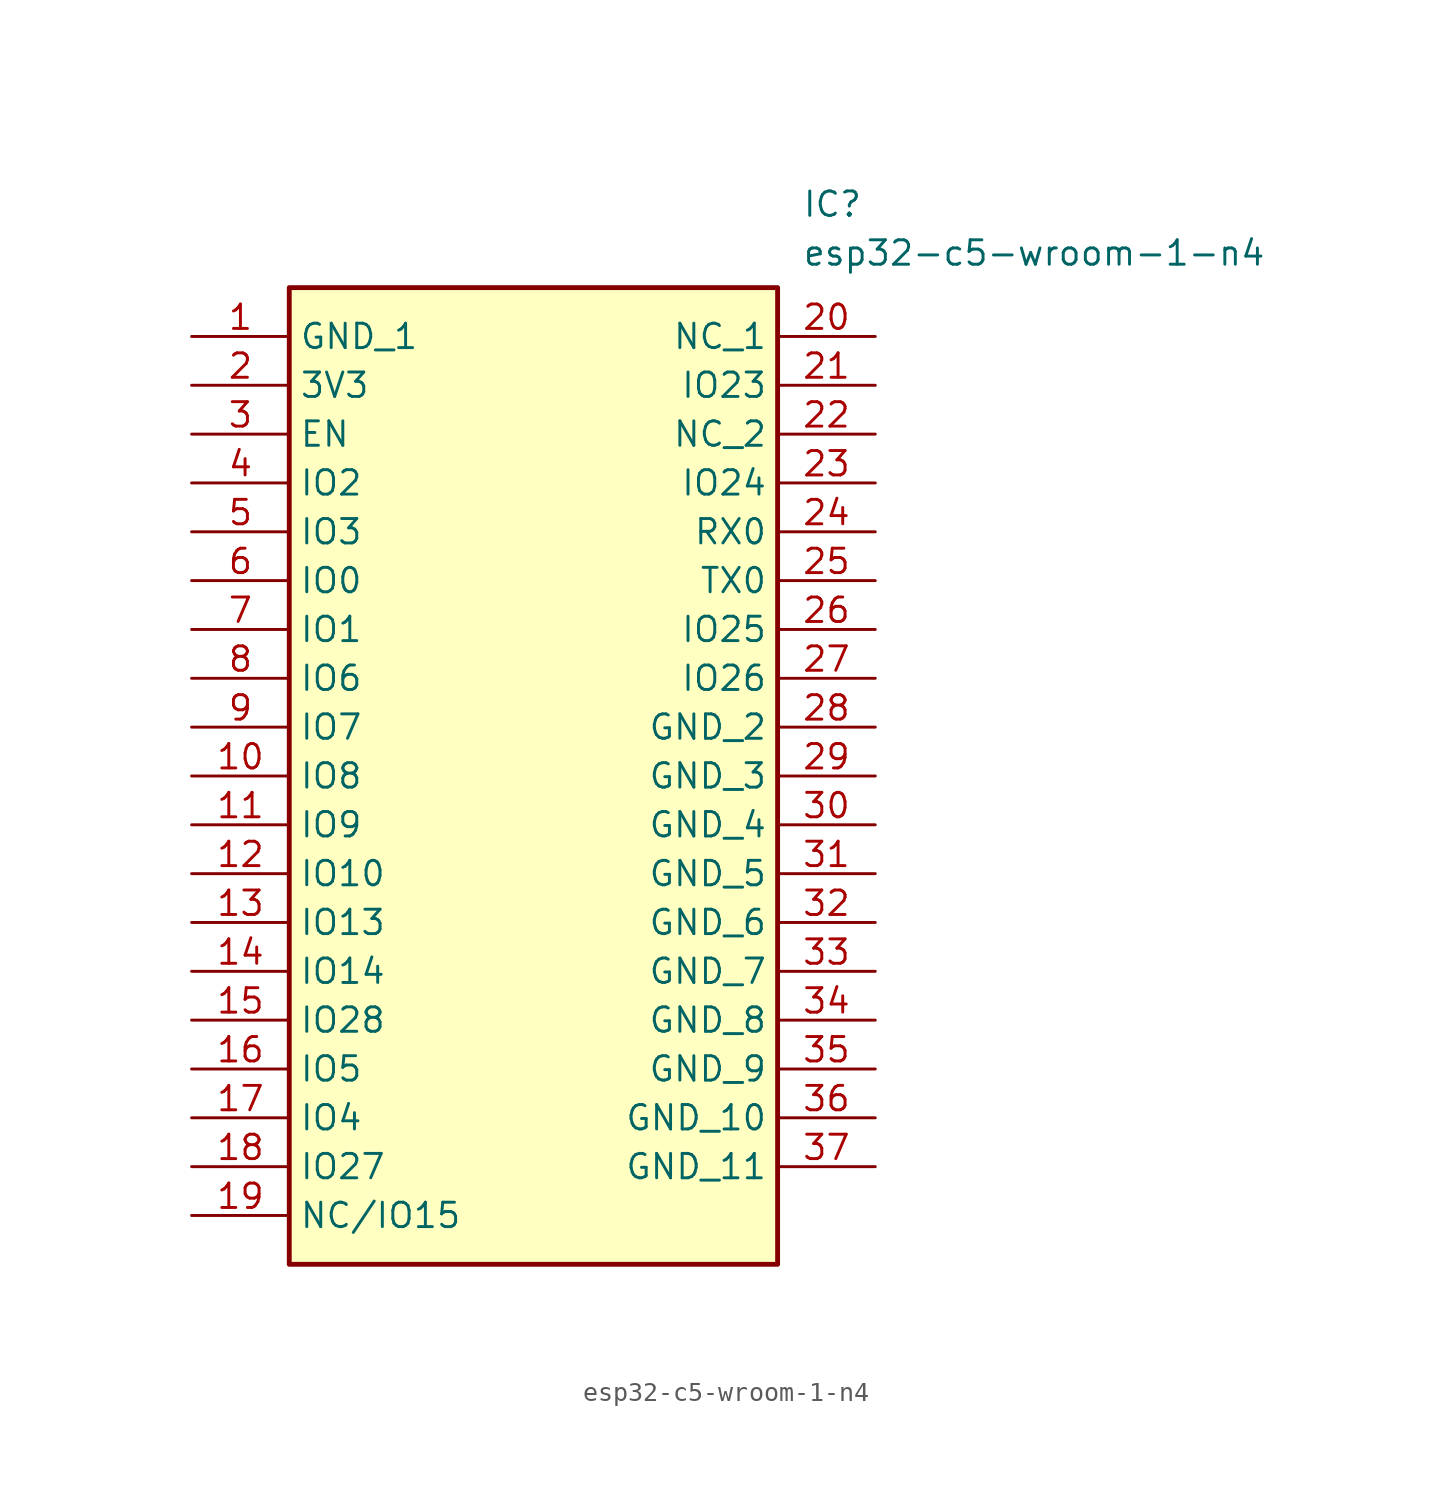
<source format=kicad_sym>
(kicad_symbol_lib
  (version 20211014)
  (generator SamacSys_ECAD_Model)
  (symbol "esp32-c5-wroom-1-n4"
    (property "Reference" "IC"
      (at 31.75 7.62 0)
      (effects (font (size 1.27 1.27)) (justify left top)))
    (property "Value" "esp32-c5-wroom-1-n4"
      (at 31.75 5.08 0)
      (effects (font (size 1.27 1.27)) (justify left top)))
    (rectangle
      (start 5.08 2.54)
      (end 30.48 -48.26)
      (stroke (width 0.254) (type default))
      (fill (type background)))
    (pin passive line
      (at 0 0 0)
      (length 5.08)
      (name "GND_1" (effects (font (size 1.27 1.27))))
      (number "1" (effects (font (size 1.27 1.27)))))
    (pin passive line
      (at 0 -2.54 0)
      (length 5.08)
      (name "3V3" (effects (font (size 1.27 1.27))))
      (number "2" (effects (font (size 1.27 1.27)))))
    (pin passive line
      (at 0 -5.08 0)
      (length 5.08)
      (name "EN" (effects (font (size 1.27 1.27))))
      (number "3" (effects (font (size 1.27 1.27)))))
    (pin passive line
      (at 0 -7.62 0)
      (length 5.08)
      (name "IO2" (effects (font (size 1.27 1.27))))
      (number "4" (effects (font (size 1.27 1.27)))))
    (pin passive line
      (at 0 -10.16 0)
      (length 5.08)
      (name "IO3" (effects (font (size 1.27 1.27))))
      (number "5" (effects (font (size 1.27 1.27)))))
    (pin passive line
      (at 0 -12.7 0)
      (length 5.08)
      (name "IO0" (effects (font (size 1.27 1.27))))
      (number "6" (effects (font (size 1.27 1.27)))))
    (pin passive line
      (at 0 -15.24 0)
      (length 5.08)
      (name "IO1" (effects (font (size 1.27 1.27))))
      (number "7" (effects (font (size 1.27 1.27)))))
    (pin passive line
      (at 0 -17.78 0)
      (length 5.08)
      (name "IO6" (effects (font (size 1.27 1.27))))
      (number "8" (effects (font (size 1.27 1.27)))))
    (pin passive line
      (at 0 -20.32 0)
      (length 5.08)
      (name "IO7" (effects (font (size 1.27 1.27))))
      (number "9" (effects (font (size 1.27 1.27)))))
    (pin passive line
      (at 0 -22.86 0)
      (length 5.08)
      (name "IO8" (effects (font (size 1.27 1.27))))
      (number "10" (effects (font (size 1.27 1.27)))))
    (pin passive line
      (at 0 -25.4 0)
      (length 5.08)
      (name "IO9" (effects (font (size 1.27 1.27))))
      (number "11" (effects (font (size 1.27 1.27)))))
    (pin passive line
      (at 0 -27.94 0)
      (length 5.08)
      (name "IO10" (effects (font (size 1.27 1.27))))
      (number "12" (effects (font (size 1.27 1.27)))))
    (pin passive line
      (at 0 -30.48 0)
      (length 5.08)
      (name "IO13" (effects (font (size 1.27 1.27))))
      (number "13" (effects (font (size 1.27 1.27)))))
    (pin passive line
      (at 0 -33.02 0)
      (length 5.08)
      (name "IO14" (effects (font (size 1.27 1.27))))
      (number "14" (effects (font (size 1.27 1.27)))))
    (pin passive line
      (at 0 -35.56 0)
      (length 5.08)
      (name "IO28" (effects (font (size 1.27 1.27))))
      (number "15" (effects (font (size 1.27 1.27)))))
    (pin passive line
      (at 0 -38.1 0)
      (length 5.08)
      (name "IO5" (effects (font (size 1.27 1.27))))
      (number "16" (effects (font (size 1.27 1.27)))))
    (pin passive line
      (at 0 -40.64 0)
      (length 5.08)
      (name "IO4" (effects (font (size 1.27 1.27))))
      (number "17" (effects (font (size 1.27 1.27)))))
    (pin passive line
      (at 0 -43.18 0)
      (length 5.08)
      (name "IO27" (effects (font (size 1.27 1.27))))
      (number "18" (effects (font (size 1.27 1.27)))))
    (pin passive line
      (at 0 -45.72 0)
      (length 5.08)
      (name "NC/IO15" (effects (font (size 1.27 1.27))))
      (number "19" (effects (font (size 1.27 1.27)))))
    (pin passive line
      (at 35.56 0 180)
      (length 5.08)
      (name "NC_1" (effects (font (size 1.27 1.27))))
      (number "20" (effects (font (size 1.27 1.27)))))
    (pin passive line
      (at 35.56 -2.54 180)
      (length 5.08)
      (name "IO23" (effects (font (size 1.27 1.27))))
      (number "21" (effects (font (size 1.27 1.27)))))
    (pin passive line
      (at 35.56 -5.08 180)
      (length 5.08)
      (name "NC_2" (effects (font (size 1.27 1.27))))
      (number "22" (effects (font (size 1.27 1.27)))))
    (pin passive line
      (at 35.56 -7.62 180)
      (length 5.08)
      (name "IO24" (effects (font (size 1.27 1.27))))
      (number "23" (effects (font (size 1.27 1.27)))))
    (pin passive line
      (at 35.56 -10.16 180)
      (length 5.08)
      (name "RX0" (effects (font (size 1.27 1.27))))
      (number "24" (effects (font (size 1.27 1.27)))))
    (pin passive line
      (at 35.56 -12.7 180)
      (length 5.08)
      (name "TX0" (effects (font (size 1.27 1.27))))
      (number "25" (effects (font (size 1.27 1.27)))))
    (pin passive line
      (at 35.56 -15.24 180)
      (length 5.08)
      (name "IO25" (effects (font (size 1.27 1.27))))
      (number "26" (effects (font (size 1.27 1.27)))))
    (pin passive line
      (at 35.56 -17.78 180)
      (length 5.08)
      (name "IO26" (effects (font (size 1.27 1.27))))
      (number "27" (effects (font (size 1.27 1.27)))))
    (pin passive line
      (at 35.56 -20.32 180)
      (length 5.08)
      (name "GND_2" (effects (font (size 1.27 1.27))))
      (number "28" (effects (font (size 1.27 1.27)))))
    (pin passive line
      (at 35.56 -22.86 180)
      (length 5.08)
      (name "GND_3" (effects (font (size 1.27 1.27))))
      (number "29" (effects (font (size 1.27 1.27)))))
    (pin passive line
      (at 35.56 -25.4 180)
      (length 5.08)
      (name "GND_4" (effects (font (size 1.27 1.27))))
      (number "30" (effects (font (size 1.27 1.27)))))
    (pin passive line
      (at 35.56 -27.94 180)
      (length 5.08)
      (name "GND_5" (effects (font (size 1.27 1.27))))
      (number "31" (effects (font (size 1.27 1.27)))))
    (pin passive line
      (at 35.56 -30.48 180)
      (length 5.08)
      (name "GND_6" (effects (font (size 1.27 1.27))))
      (number "32" (effects (font (size 1.27 1.27)))))
    (pin passive line
      (at 35.56 -33.02 180)
      (length 5.08)
      (name "GND_7" (effects (font (size 1.27 1.27))))
      (number "33" (effects (font (size 1.27 1.27)))))
    (pin passive line
      (at 35.56 -35.56 180)
      (length 5.08)
      (name "GND_8" (effects (font (size 1.27 1.27))))
      (number "34" (effects (font (size 1.27 1.27)))))
    (pin passive line
      (at 35.56 -38.1 180)
      (length 5.08)
      (name "GND_9" (effects (font (size 1.27 1.27))))
      (number "35" (effects (font (size 1.27 1.27)))))
    (pin passive line
      (at 35.56 -40.64 180)
      (length 5.08)
      (name "GND_10" (effects (font (size 1.27 1.27))))
      (number "36" (effects (font (size 1.27 1.27)))))
    (pin passive line
      (at 35.56 -43.18 180)
      (length 5.08)
      (name "GND_11" (effects (font (size 1.27 1.27))))
      (number "37" (effects (font (size 1.27 1.27)))))))
</source>
